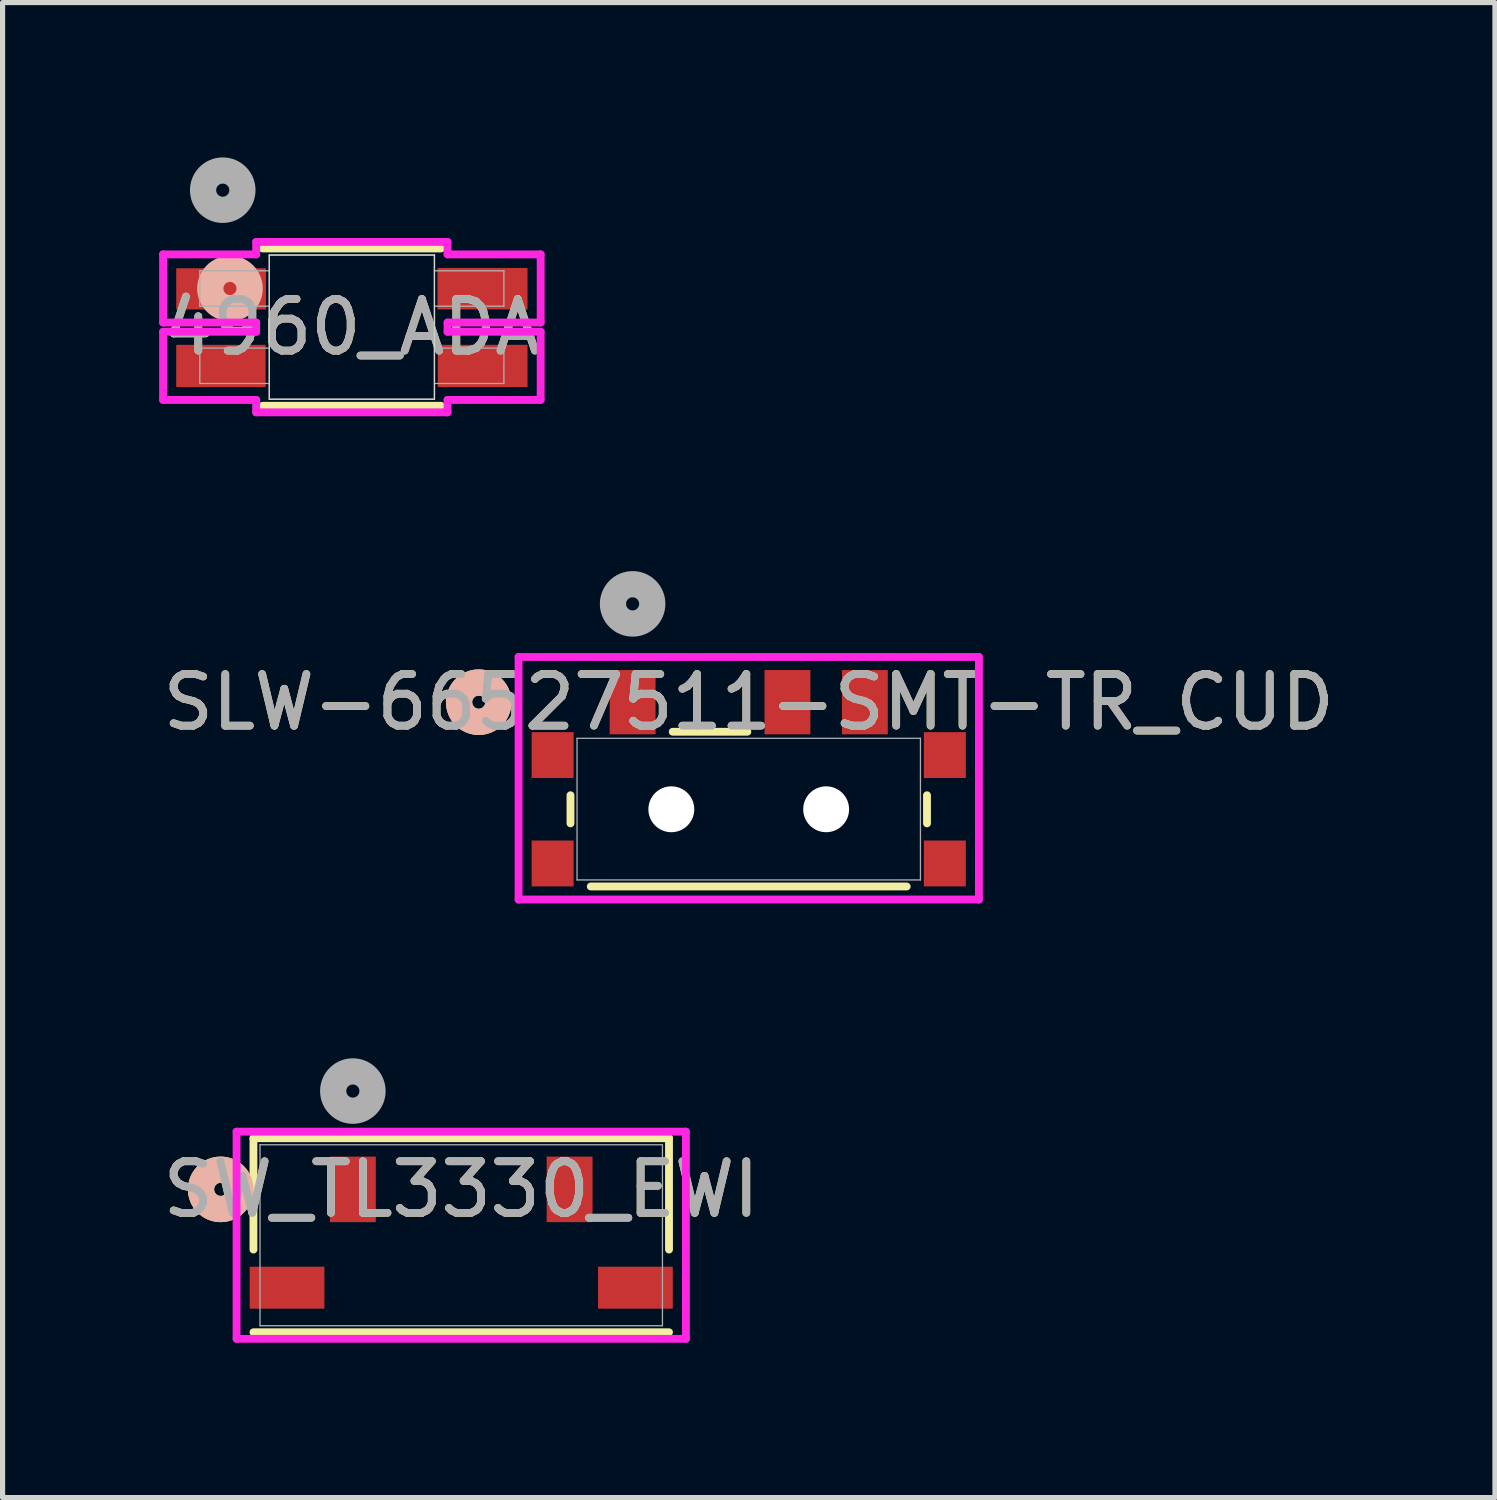
<source format=kicad_pcb>
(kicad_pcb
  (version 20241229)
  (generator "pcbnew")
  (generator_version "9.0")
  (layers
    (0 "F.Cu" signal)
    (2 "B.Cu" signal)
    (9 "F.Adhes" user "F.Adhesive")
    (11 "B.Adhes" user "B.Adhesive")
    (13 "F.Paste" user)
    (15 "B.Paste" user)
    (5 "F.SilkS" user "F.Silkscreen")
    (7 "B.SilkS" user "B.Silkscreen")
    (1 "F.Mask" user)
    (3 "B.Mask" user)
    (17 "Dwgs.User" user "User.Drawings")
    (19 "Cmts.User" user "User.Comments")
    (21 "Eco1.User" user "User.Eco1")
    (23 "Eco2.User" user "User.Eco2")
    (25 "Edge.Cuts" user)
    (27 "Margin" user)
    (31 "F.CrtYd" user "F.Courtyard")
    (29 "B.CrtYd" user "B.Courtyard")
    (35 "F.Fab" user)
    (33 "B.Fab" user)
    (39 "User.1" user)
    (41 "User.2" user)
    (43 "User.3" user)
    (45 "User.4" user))
  (footprint "SW_TL3330_EWI"
    (layer "F.Cu")
    (at 5.887 20.885)
    (property "Reference" "SW_TL3330_EWI" (at 0 -0.889 0) (unlocked yes) (layer "F.SilkS") (effects (font (size 1 1) (thickness 0.15))))
    (attr smd)
    (fp_line (start -4.026 -1.88) (end -4.026 0.277) (stroke (width 0.152) (type solid)) (layer "F.SilkS"))
    (fp_line (start -4.026 1.88) (end 4.026 1.88) (stroke (width 0.152) (type solid)) (layer "F.SilkS"))
    (fp_line (start 4.026 -1.88) (end -4.026 -1.88) (stroke (width 0.152) (type solid)) (layer "F.SilkS"))
    (fp_line (start 4.026 0.277) (end 4.026 -1.88) (stroke (width 0.152) (type solid)) (layer "F.SilkS"))
    (fp_circle (center -4.661 -0.889) (end -4.28 -0.889) (stroke (width 0.508) (type solid)) (fill no) (layer "F.SilkS"))
    (fp_circle (center -4.661 -0.889) (end -4.28 -0.889) (stroke (width 0.508) (type solid)) (fill no) (layer "B.SilkS"))
    (fp_line (start -4.353 -2.007) (end -4.353 2.007) (stroke (width 0.152) (type solid)) (layer "F.CrtYd"))
    (fp_line (start -4.353 2.007) (end 4.353 2.007) (stroke (width 0.152) (type solid)) (layer "F.CrtYd"))
    (fp_line (start 4.353 -2.007) (end -4.353 -2.007) (stroke (width 0.152) (type solid)) (layer "F.CrtYd"))
    (fp_line (start 4.353 2.007) (end 4.353 -2.007) (stroke (width 0.152) (type solid)) (layer "F.CrtYd"))
    (fp_line (start -3.899 -1.753) (end -3.899 1.753) (stroke (width 0.025) (type solid)) (layer "F.Fab"))
    (fp_line (start -3.899 1.753) (end 3.899 1.753) (stroke (width 0.025) (type solid)) (layer "F.Fab"))
    (fp_line (start 3.899 -1.753) (end -3.899 -1.753) (stroke (width 0.025) (type solid)) (layer "F.Fab"))
    (fp_line (start 3.899 1.753) (end 3.899 -1.753) (stroke (width 0.025) (type solid)) (layer "F.Fab"))
    (fp_circle (center -2.1 -2.794) (end -1.719 -2.794) (stroke (width 0.508) (type solid)) (fill no) (layer "F.Fab"))
    (fp_text user "${REFERENCE}" (at 0 -0.889 0) (unlocked yes) (layer "F.Fab") (effects (font (size 1 1) (thickness 0.15))))
    (pad "1" smd rect (at -2.1 -0.889) (size 0.889 1.27) (layers "F.Cu" "F.Mask" "F.Paste"))
    (pad "2" smd rect (at 2.1 -0.889) (size 0.889 1.27) (layers "F.Cu" "F.Mask" "F.Paste"))
    (pad "3" smd rect (at -3.375 1.016) (size 1.448 0.813) (layers "F.Cu" "F.Mask" "F.Paste"))
    (pad "4" smd rect (at 3.375 1.016) (size 1.448 0.813) (layers "F.Cu" "F.Mask" "F.Paste")))
  (footprint "4960_ADA"
    (layer "F.Cu")
    (at 3.768 3.289)
    (property "Reference" "4960_ADA" (at 0 0 0) (unlocked yes) (layer "F.SilkS") (effects (font (size 1 1) (thickness 0.15))))
    (attr smd)
    (fp_line (start -1.727 -1.524) (end 1.727 -1.524) (stroke (width 0.152) (type solid)) (layer "F.SilkS"))
    (fp_line (start 1.727 1.524) (end -1.727 1.524) (stroke (width 0.152) (type solid)) (layer "F.SilkS"))
    (fp_circle (center -2.362 -0.749) (end -1.981 -0.749) (stroke (width 0.508) (type solid)) (fill no) (layer "B.SilkS"))
    (fp_line (start -1.6 -1.397) (end -1.6 1.397) (stroke (width 0.025) (type solid)) (layer "Edge.Cuts"))
    (fp_line (start -1.6 -1.397) (end 1.6 -1.397) (stroke (width 0.025) (type solid)) (layer "Edge.Cuts"))
    (fp_line (start -1.6 1.397) (end 1.6 1.397) (stroke (width 0.025) (type solid)) (layer "Edge.Cuts"))
    (fp_line (start 1.6 1.397) (end 1.6 -1.397) (stroke (width 0.025) (type solid)) (layer "Edge.Cuts"))
    (fp_line (start -3.658 -1.41) (end -3.658 -0.089) (stroke (width 0.152) (type solid)) (layer "F.CrtYd"))
    (fp_line (start -3.658 -0.089) (end -1.854 -0.089) (stroke (width 0.152) (type solid)) (layer "F.CrtYd"))
    (fp_line (start -3.658 0.089) (end -3.658 1.41) (stroke (width 0.152) (type solid)) (layer "F.CrtYd"))
    (fp_line (start -3.658 1.41) (end -1.854 1.41) (stroke (width 0.152) (type solid)) (layer "F.CrtYd"))
    (fp_line (start -1.854 -1.651) (end -1.854 -1.41) (stroke (width 0.152) (type solid)) (layer "F.CrtYd"))
    (fp_line (start -1.854 -1.41) (end -3.658 -1.41) (stroke (width 0.152) (type solid)) (layer "F.CrtYd"))
    (fp_line (start -1.854 -0.089) (end -1.854 0.089) (stroke (width 0.152) (type solid)) (layer "F.CrtYd"))
    (fp_line (start -1.854 0.089) (end -3.658 0.089) (stroke (width 0.152) (type solid)) (layer "F.CrtYd"))
    (fp_line (start -1.854 1.41) (end -1.854 1.651) (stroke (width 0.152) (type solid)) (layer "F.CrtYd"))
    (fp_line (start -1.854 1.651) (end 1.854 1.651) (stroke (width 0.152) (type solid)) (layer "F.CrtYd"))
    (fp_line (start 1.854 -1.651) (end -1.854 -1.651) (stroke (width 0.152) (type solid)) (layer "F.CrtYd"))
    (fp_line (start 1.854 -1.41) (end 1.854 -1.651) (stroke (width 0.152) (type solid)) (layer "F.CrtYd"))
    (fp_line (start 1.854 -0.089) (end 3.658 -0.089) (stroke (width 0.152) (type solid)) (layer "F.CrtYd"))
    (fp_line (start 1.854 0.089) (end 1.854 -0.089) (stroke (width 0.152) (type solid)) (layer "F.CrtYd"))
    (fp_line (start 1.854 1.41) (end 3.658 1.41) (stroke (width 0.152) (type solid)) (layer "F.CrtYd"))
    (fp_line (start 1.854 1.651) (end 1.854 1.41) (stroke (width 0.152) (type solid)) (layer "F.CrtYd"))
    (fp_line (start 3.658 -1.41) (end 1.854 -1.41) (stroke (width 0.152) (type solid)) (layer "F.CrtYd"))
    (fp_line (start 3.658 -0.089) (end 3.658 -1.41) (stroke (width 0.152) (type solid)) (layer "F.CrtYd"))
    (fp_line (start 3.658 0.089) (end 1.854 0.089) (stroke (width 0.152) (type solid)) (layer "F.CrtYd"))
    (fp_line (start 3.658 1.41) (end 3.658 0.089) (stroke (width 0.152) (type solid)) (layer "F.CrtYd"))
    (fp_line (start -2.946 -1.092) (end -2.946 -0.406) (stroke (width 0.025) (type solid)) (layer "F.Fab"))
    (fp_line (start -2.946 -0.406) (end -1.6 -0.406) (stroke (width 0.025) (type solid)) (layer "F.Fab"))
    (fp_line (start -2.946 0.406) (end -2.946 1.092) (stroke (width 0.025) (type solid)) (layer "F.Fab"))
    (fp_line (start -2.946 1.092) (end -1.6 1.092) (stroke (width 0.025) (type solid)) (layer "F.Fab"))
    (fp_line (start -1.6 -1.397) (end -1.6 1.397) (stroke (width 0.025) (type solid)) (layer "F.Fab"))
    (fp_line (start -1.6 -1.092) (end -2.946 -1.092) (stroke (width 0.025) (type solid)) (layer "F.Fab"))
    (fp_line (start -1.6 0.406) (end -2.946 0.406) (stroke (width 0.025) (type solid)) (layer "F.Fab"))
    (fp_line (start -1.6 1.397) (end 1.6 1.397) (stroke (width 0.025) (type solid)) (layer "F.Fab"))
    (fp_line (start 1.6 -1.397) (end -1.6 -1.397) (stroke (width 0.025) (type solid)) (layer "F.Fab"))
    (fp_line (start 1.6 -0.406) (end 2.946 -0.406) (stroke (width 0.025) (type solid)) (layer "F.Fab"))
    (fp_line (start 1.6 1.092) (end 2.946 1.092) (stroke (width 0.025) (type solid)) (layer "F.Fab"))
    (fp_line (start 1.6 1.397) (end 1.6 -1.397) (stroke (width 0.025) (type solid)) (layer "F.Fab"))
    (fp_line (start 2.946 -1.092) (end 1.6 -1.092) (stroke (width 0.025) (type solid)) (layer "F.Fab"))
    (fp_line (start 2.946 -0.406) (end 2.946 -1.092) (stroke (width 0.025) (type solid)) (layer "F.Fab"))
    (fp_line (start 2.946 0.406) (end 1.6 0.406) (stroke (width 0.025) (type solid)) (layer "F.Fab"))
    (fp_line (start 2.946 1.092) (end 2.946 0.406) (stroke (width 0.025) (type solid)) (layer "F.Fab"))
    (fp_circle (center -2.502 -2.654) (end -2.121 -2.654) (stroke (width 0.508) (type solid)) (fill no) (layer "F.Fab"))
    (fp_text user "${REFERENCE}" (at 0 0 0) (unlocked yes) (layer "F.Fab") (effects (font (size 1 1) (thickness 0.15))))
    (pad "1" smd rect (at -2.534 -0.742) (size 1.739 0.798) (layers "F.Cu" "F.Mask" "F.Paste"))
    (pad "2" smd rect (at -2.537 0.752) (size 1.733 0.818) (layers "F.Cu" "F.Mask" "F.Paste"))
    (pad "3" smd rect (at 2.534 0.751) (size 1.739 0.817) (layers "F.Cu" "F.Mask" "F.Paste"))
    (pad "4" smd rect (at 2.531 -0.745) (size 1.745 0.804) (layers "F.Cu" "F.Mask" "F.Paste")))
  (footprint "SLW-66527511-SMT-TR_CUD"
    (layer "F.Cu")
    (at 11.458 12.628)
    (property "Reference" "SLW-66527511-SMT-TR_CUD" (at 0 -2.072 0) (unlocked yes) (layer "F.SilkS") (effects (font (size 1 1) (thickness 0.15))))
    (attr smd)
    (fp_line (start -3.454 -0.269) (end -3.454 0.276) (stroke (width 0.152) (type solid)) (layer "F.SilkS"))
    (fp_line (start -3.061 1.499) (end 3.061 1.499) (stroke (width 0.152) (type solid)) (layer "F.SilkS"))
    (fp_line (start -0.027 -1.499) (end -1.473 -1.499) (stroke (width 0.152) (type solid)) (layer "F.SilkS"))
    (fp_line (start 3.454 0.276) (end 3.454 -0.269) (stroke (width 0.152) (type solid)) (layer "F.SilkS"))
    (fp_circle (center -5.232 -2.072) (end -4.851 -2.072) (stroke (width 0.508) (type solid)) (fill no) (layer "F.SilkS"))
    (fp_circle (center -5.232 -2.072) (end -4.851 -2.072) (stroke (width 0.508) (type solid)) (fill no) (layer "B.SilkS"))
    (fp_line (start -4.46 -2.948) (end -4.46 1.752) (stroke (width 0.152) (type solid)) (layer "F.CrtYd"))
    (fp_line (start -4.46 1.752) (end 4.46 1.752) (stroke (width 0.152) (type solid)) (layer "F.CrtYd"))
    (fp_line (start 4.46 -2.948) (end -4.46 -2.948) (stroke (width 0.152) (type solid)) (layer "F.CrtYd"))
    (fp_line (start 4.46 1.752) (end 4.46 -2.948) (stroke (width 0.152) (type solid)) (layer "F.CrtYd"))
    (fp_line (start -3.327 -1.372) (end -3.327 1.372) (stroke (width 0.025) (type solid)) (layer "F.Fab"))
    (fp_line (start -3.327 1.372) (end 3.327 1.372) (stroke (width 0.025) (type solid)) (layer "F.Fab"))
    (fp_line (start 3.327 -1.372) (end -3.327 -1.372) (stroke (width 0.025) (type solid)) (layer "F.Fab"))
    (fp_line (start 3.327 1.372) (end 3.327 -1.372) (stroke (width 0.025) (type solid)) (layer "F.Fab"))
    (fp_circle (center -2.25 -3.977) (end -1.869 -3.977) (stroke (width 0.508) (type solid)) (fill no) (layer "F.Fab"))
    (fp_text user "${REFERENCE}" (at 0 -2.072 0) (unlocked yes) (layer "F.Fab") (effects (font (size 1 1) (thickness 0.15))))
    (pad "" np_thru_hole circle (at -1.5 0.003) (size 0.889 0.889) (drill 0.889) (layers "*.Cu" "*.Mask"))
    (pad "" np_thru_hole circle (at 1.5 0.003) (size 0.889 0.889) (drill 0.889) (layers "*.Cu" "*.Mask"))
    (pad "1" smd rect (at -2.25 -2.072) (size 0.889 1.245) (layers "F.Cu" "F.Mask" "F.Paste"))
    (pad "2" smd rect (at 0.75 -2.072) (size 0.889 1.245) (layers "F.Cu" "F.Mask" "F.Paste"))
    (pad "3" smd rect (at 2.25 -2.072) (size 0.889 1.245) (layers "F.Cu" "F.Mask" "F.Paste"))
    (pad "4" smd rect (at -3.8 -1.047) (size 0.813 0.889) (layers "F.Cu" "F.Mask" "F.Paste"))
    (pad "5" smd rect (at 3.8 -1.047) (size 0.813 0.889) (layers "F.Cu" "F.Mask" "F.Paste"))
    (pad "6" smd rect (at -3.8 1.053) (size 0.813 0.889) (layers "F.Cu" "F.Mask" "F.Paste"))
    (pad "7" smd rect (at 3.8 1.053) (size 0.813 0.889) (layers "F.Cu" "F.Mask" "F.Paste")))
  (gr_rect
    (start -3 -3)
    (end 25.917 25.968)
    (stroke (width 0.1) (type default))
    (fill no)
    (layer "Edge.Cuts")))
</source>
